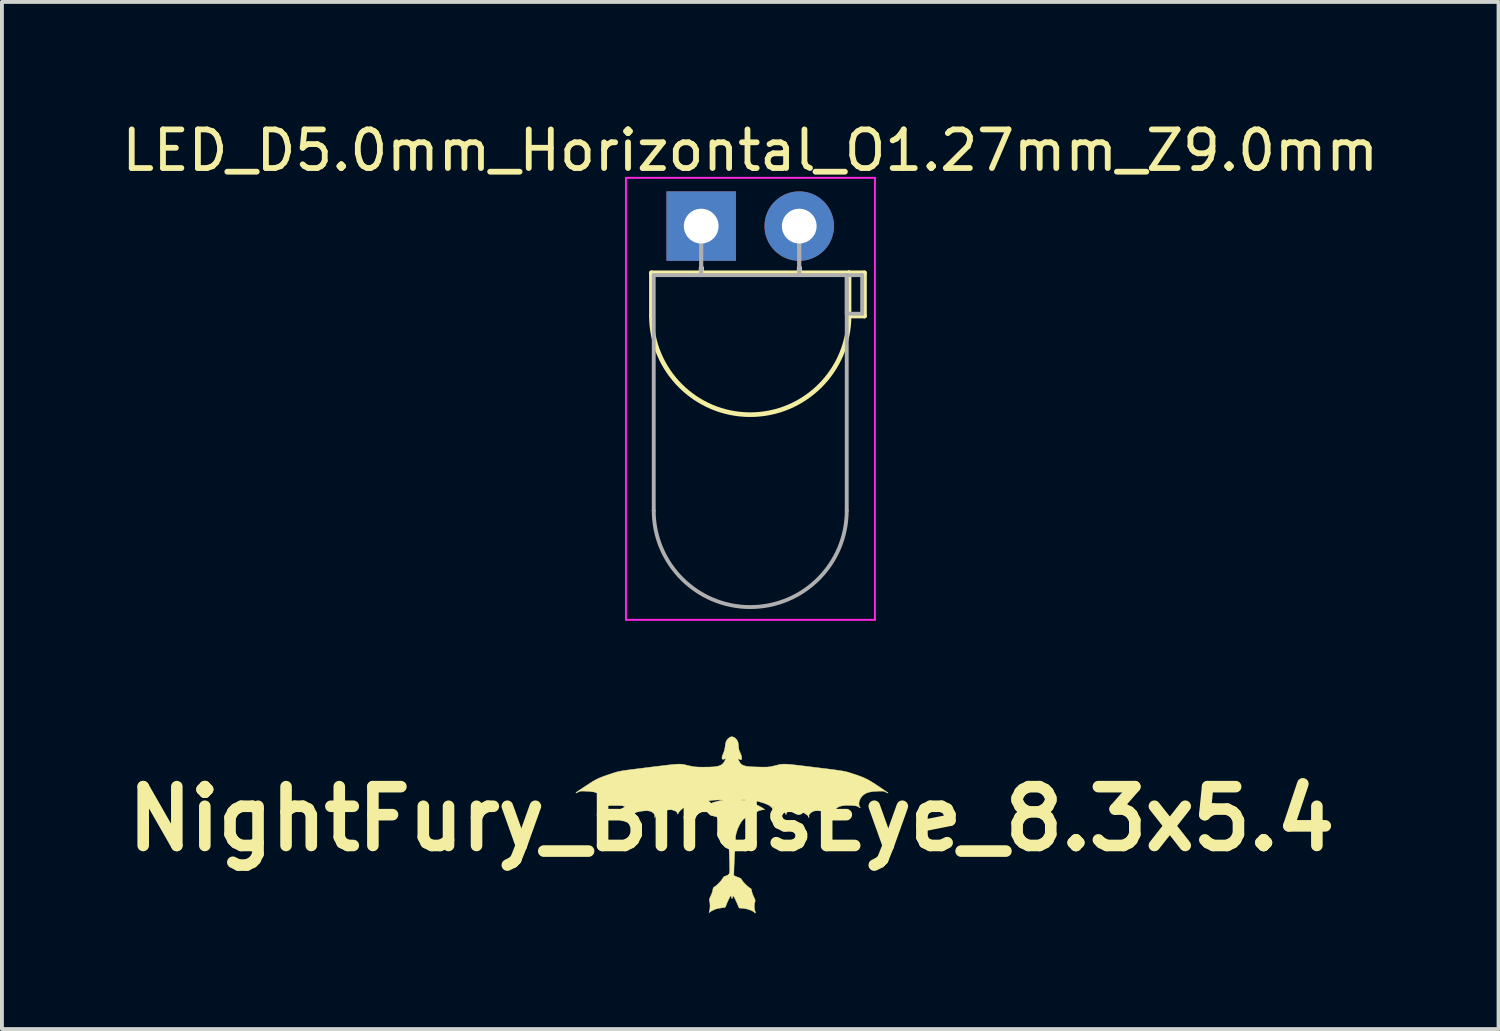
<source format=kicad_pcb>
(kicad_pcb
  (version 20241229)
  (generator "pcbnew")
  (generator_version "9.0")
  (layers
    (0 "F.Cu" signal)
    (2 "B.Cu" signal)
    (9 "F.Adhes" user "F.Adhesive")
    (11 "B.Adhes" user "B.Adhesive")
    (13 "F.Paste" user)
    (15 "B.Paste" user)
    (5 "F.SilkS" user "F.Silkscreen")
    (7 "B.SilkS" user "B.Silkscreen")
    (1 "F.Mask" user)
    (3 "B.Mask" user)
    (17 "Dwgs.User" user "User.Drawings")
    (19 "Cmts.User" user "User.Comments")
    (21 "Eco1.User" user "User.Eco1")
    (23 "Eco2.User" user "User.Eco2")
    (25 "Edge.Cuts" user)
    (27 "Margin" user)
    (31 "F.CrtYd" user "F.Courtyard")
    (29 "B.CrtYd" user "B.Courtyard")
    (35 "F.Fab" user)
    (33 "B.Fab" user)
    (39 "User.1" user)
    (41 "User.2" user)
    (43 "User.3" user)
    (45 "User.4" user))
  (footprint "LED_D5.0mm_Horizontal_O1.27mm_Z9.0mm"
    (layer "F.Cu")
    (at 15.117 2.808)
    (property "Reference" "LED_D5.0mm_Horizontal_O1.27mm_Z9.0mm" (at 1.27 -1.96 0) (layer "F.SilkS") (effects (font (size 1 1) (thickness 0.15))))
    (attr through_hole)
    (fp_line (start -1.29 1.21) (end -1.29 2.32) (stroke (width 0.12) (type solid)) (layer "F.SilkS"))
    (fp_line (start -1.29 1.21) (end 3.83 1.21) (stroke (width 0.12) (type solid)) (layer "F.SilkS"))
    (fp_line (start 0 1.08) (end 0 1.08) (stroke (width 0.12) (type solid)) (layer "F.SilkS"))
    (fp_line (start 0 1.08) (end 0 1.21) (stroke (width 0.12) (type solid)) (layer "F.SilkS"))
    (fp_line (start 0 1.21) (end 0 1.08) (stroke (width 0.12) (type solid)) (layer "F.SilkS"))
    (fp_line (start 0 1.21) (end 0 1.21) (stroke (width 0.12) (type solid)) (layer "F.SilkS"))
    (fp_line (start 2.54 1.08) (end 2.54 1.08) (stroke (width 0.12) (type solid)) (layer "F.SilkS"))
    (fp_line (start 2.54 1.08) (end 2.54 1.21) (stroke (width 0.12) (type solid)) (layer "F.SilkS"))
    (fp_line (start 2.54 1.21) (end 2.54 1.08) (stroke (width 0.12) (type solid)) (layer "F.SilkS"))
    (fp_line (start 2.54 1.21) (end 2.54 1.21) (stroke (width 0.12) (type solid)) (layer "F.SilkS"))
    (fp_line (start 3.83 1.21) (end 4.23 1.21) (stroke (width 0.12) (type solid)) (layer "F.SilkS"))
    (fp_line (start 3.83 2.33) (end 3.83 1.21) (stroke (width 0.12) (type solid)) (layer "F.SilkS"))
    (fp_line (start 4.23 1.21) (end 4.23 2.33) (stroke (width 0.12) (type solid)) (layer "F.SilkS"))
    (fp_line (start 4.23 2.33) (end 3.83 2.33) (stroke (width 0.12) (type solid)) (layer "F.SilkS"))
    (fp_arc (start 3.83 2.325) (mid 1.27 4.885) (end -1.29 2.325) (stroke (width 0.12) (type solid)) (layer "F.SilkS"))
    (fp_line (start -1.95 -1.25) (end -1.95 10.2) (stroke (width 0.05) (type solid)) (layer "F.CrtYd"))
    (fp_line (start -1.95 10.2) (end 4.5 10.2) (stroke (width 0.05) (type solid)) (layer "F.CrtYd"))
    (fp_line (start 4.5 -1.25) (end -1.95 -1.25) (stroke (width 0.05) (type solid)) (layer "F.CrtYd"))
    (fp_line (start 4.5 10.2) (end 4.5 -1.25) (stroke (width 0.05) (type solid)) (layer "F.CrtYd"))
    (fp_line (start -1.23 1.27) (end -1.23 7.37) (stroke (width 0.1) (type solid)) (layer "F.Fab"))
    (fp_line (start -1.23 1.27) (end 3.77 1.27) (stroke (width 0.1) (type solid)) (layer "F.Fab"))
    (fp_line (start 0 0) (end 0 0) (stroke (width 0.1) (type solid)) (layer "F.Fab"))
    (fp_line (start 0 0) (end 0 1.27) (stroke (width 0.1) (type solid)) (layer "F.Fab"))
    (fp_line (start 0 1.27) (end 0 0) (stroke (width 0.1) (type solid)) (layer "F.Fab"))
    (fp_line (start 0 1.27) (end 0 1.27) (stroke (width 0.1) (type solid)) (layer "F.Fab"))
    (fp_line (start 2.54 0) (end 2.54 0) (stroke (width 0.1) (type solid)) (layer "F.Fab"))
    (fp_line (start 2.54 0) (end 2.54 1.27) (stroke (width 0.1) (type solid)) (layer "F.Fab"))
    (fp_line (start 2.54 1.27) (end 2.54 0) (stroke (width 0.1) (type solid)) (layer "F.Fab"))
    (fp_line (start 2.54 1.27) (end 2.54 1.27) (stroke (width 0.1) (type solid)) (layer "F.Fab"))
    (fp_line (start 3.77 1.27) (end 3.77 7.37) (stroke (width 0.1) (type solid)) (layer "F.Fab"))
    (fp_line (start 3.77 1.27) (end 4.17 1.27) (stroke (width 0.1) (type solid)) (layer "F.Fab"))
    (fp_line (start 3.77 2.27) (end 3.77 1.27) (stroke (width 0.1) (type solid)) (layer "F.Fab"))
    (fp_line (start 4.17 1.27) (end 4.17 2.27) (stroke (width 0.1) (type solid)) (layer "F.Fab"))
    (fp_line (start 4.17 2.27) (end 3.77 2.27) (stroke (width 0.1) (type solid)) (layer "F.Fab"))
    (fp_arc (start 3.77 7.37) (mid 1.27 9.87) (end -1.23 7.37) (stroke (width 0.1) (type solid)) (layer "F.Fab"))
    (pad "1" thru_hole rect (at 0 0) (size 1.8 1.8) (drill 0.9) (layers "*.Cu" "*.Mask"))
    (pad "2" thru_hole circle (at 2.54 0) (size 1.8 1.8) (drill 0.9) (layers "*.Cu" "*.Mask")))
  (footprint "NightFury_BirdsEye_8.3x5.4"
    (layer "F.Cu")
    (at 15.9 18.165)
    (property "Reference" "NightFury_BirdsEye_8.3x5.4" (at 0 0 0) (layer "F.SilkS") (effects (font (size 1.524 1.524) (thickness 0.3))))
    (attr through_hole)
    (fp_poly (pts (xy 0.083 -2.103) (xy 0.095 -2.094) (xy 0.143 -2.044) (xy 0.172 -1.98) (xy 0.184 -1.899) (xy 0.184 -1.881) (xy 0.19 -1.816) (xy 0.208 -1.754) (xy 0.226 -1.715) (xy 0.251 -1.656) (xy 0.265 -1.603) (xy 0.268 -1.56) (xy 0.259 -1.535) (xy 0.257 -1.533) (xy 0.237 -1.533) (xy 0.207 -1.545) (xy 0.181 -1.557) (xy 0.172 -1.556) (xy 0.177 -1.537) (xy 0.196 -1.499) (xy 0.221 -1.456) (xy 0.249 -1.422) (xy 0.284 -1.396) (xy 0.33 -1.377) (xy 0.39 -1.363) (xy 0.468 -1.354) (xy 0.566 -1.348) (xy 0.684 -1.344) (xy 0.783 -1.342) (xy 0.858 -1.342) (xy 0.917 -1.342) (xy 0.965 -1.346) (xy 1.007 -1.351) (xy 1.05 -1.359) (xy 1.099 -1.371) (xy 1.108 -1.373) (xy 1.155 -1.385) (xy 1.195 -1.396) (xy 1.232 -1.404) (xy 1.267 -1.411) (xy 1.302 -1.415) (xy 1.34 -1.418) (xy 1.385 -1.418) (xy 1.436 -1.416) (xy 1.499 -1.412) (xy 1.574 -1.405) (xy 1.664 -1.395) (xy 1.771 -1.382) (xy 1.899 -1.367) (xy 2.049 -1.348) (xy 2.224 -1.327) (xy 2.293 -1.318) (xy 2.445 -1.3) (xy 2.572 -1.284) (xy 2.677 -1.27) (xy 2.763 -1.258) (xy 2.834 -1.247) (xy 2.893 -1.238) (xy 2.942 -1.228) (xy 2.985 -1.218) (xy 3.026 -1.207) (xy 3.066 -1.195) (xy 3.104 -1.182) (xy 3.222 -1.144) (xy 3.318 -1.11) (xy 3.399 -1.079) (xy 3.471 -1.047) (xy 3.541 -1.012) (xy 3.613 -0.97) (xy 3.694 -0.92) (xy 3.79 -0.857) (xy 3.794 -0.854) (xy 3.871 -0.803) (xy 3.939 -0.757) (xy 3.995 -0.718) (xy 4.035 -0.689) (xy 4.056 -0.672) (xy 4.059 -0.668) (xy 4.044 -0.67) (xy 4.014 -0.684) (xy 4 -0.692) (xy 3.977 -0.705) (xy 3.953 -0.713) (xy 3.923 -0.718) (xy 3.881 -0.719) (xy 3.82 -0.718) (xy 3.777 -0.716) (xy 3.663 -0.708) (xy 3.571 -0.692) (xy 3.497 -0.668) (xy 3.435 -0.632) (xy 3.39 -0.593) (xy 3.345 -0.534) (xy 3.315 -0.469) (xy 3.302 -0.403) (xy 3.309 -0.344) (xy 3.324 -0.314) (xy 3.338 -0.289) (xy 3.332 -0.284) (xy 3.307 -0.299) (xy 3.291 -0.311) (xy 3.267 -0.324) (xy 3.234 -0.334) (xy 3.186 -0.341) (xy 3.118 -0.347) (xy 3.097 -0.348) (xy 2.972 -0.35) (xy 2.871 -0.34) (xy 2.79 -0.317) (xy 2.727 -0.28) (xy 2.679 -0.228) (xy 2.666 -0.206) (xy 2.647 -0.171) (xy 2.643 -0.148) (xy 2.651 -0.125) (xy 2.659 -0.111) (xy 2.671 -0.082) (xy 2.667 -0.071) (xy 2.65 -0.081) (xy 2.632 -0.104) (xy 2.604 -0.127) (xy 2.553 -0.15) (xy 2.487 -0.171) (xy 2.411 -0.189) (xy 2.332 -0.202) (xy 2.256 -0.21) (xy 2.189 -0.21) (xy 2.153 -0.206) (xy 2.11 -0.19) (xy 2.065 -0.163) (xy 2.052 -0.152) (xy 2.02 -0.121) (xy 2.008 -0.096) (xy 2.009 -0.067) (xy 2.012 -0.04) (xy 2.004 -0.035) (xy 1.991 -0.056) (xy 1.99 -0.064) (xy 1.978 -0.085) (xy 1.945 -0.112) (xy 1.898 -0.143) (xy 1.841 -0.174) (xy 1.782 -0.2) (xy 1.75 -0.212) (xy 1.675 -0.23) (xy 1.602 -0.233) (xy 1.536 -0.225) (xy 1.481 -0.206) (xy 1.443 -0.177) (xy 1.428 -0.144) (xy 1.418 -0.118) (xy 1.405 -0.115) (xy 1.397 -0.134) (xy 1.397 -0.141) (xy 1.387 -0.17) (xy 1.36 -0.209) (xy 1.325 -0.248) (xy 1.287 -0.279) (xy 1.271 -0.289) (xy 1.228 -0.305) (xy 1.175 -0.312) (xy 1.118 -0.312) (xy 1.086 -0.307) (xy 1.073 -0.292) (xy 1.072 -0.279) (xy 1.07 -0.259) (xy 1.064 -0.262) (xy 1.05 -0.286) (xy 1.015 -0.324) (xy 0.953 -0.362) (xy 0.862 -0.4) (xy 0.776 -0.428) (xy 0.665 -0.459) (xy 0.568 -0.478) (xy 0.475 -0.489) (xy 0.374 -0.492) (xy 0.347 -0.492) (xy 0.284 -0.491) (xy 0.247 -0.49) (xy 0.235 -0.488) (xy 0.244 -0.485) (xy 0.274 -0.48) (xy 0.286 -0.479) (xy 0.358 -0.464) (xy 0.446 -0.439) (xy 0.539 -0.408) (xy 0.627 -0.374) (xy 0.701 -0.34) (xy 0.702 -0.34) (xy 0.752 -0.313) (xy 0.798 -0.286) (xy 0.835 -0.262) (xy 0.858 -0.246) (xy 0.861 -0.239) (xy 0.844 -0.237) (xy 0.809 -0.234) (xy 0.793 -0.232) (xy 0.712 -0.213) (xy 0.647 -0.173) (xy 0.611 -0.134) (xy 0.582 -0.104) (xy 0.556 -0.086) (xy 0.548 -0.085) (xy 0.498 -0.077) (xy 0.437 -0.058) (xy 0.375 -0.032) (xy 0.324 -0.002) (xy 0.302 0.017) (xy 0.249 0.086) (xy 0.2 0.174) (xy 0.156 0.273) (xy 0.124 0.375) (xy 0.114 0.418) (xy 0.11 0.45) (xy 0.105 0.506) (xy 0.099 0.583) (xy 0.094 0.677) (xy 0.088 0.783) (xy 0.082 0.899) (xy 0.077 1.019) (xy 0.072 1.142) (xy 0.067 1.262) (xy 0.065 1.347) (xy 0.061 1.467) (xy 0.119 1.493) (xy 0.164 1.512) (xy 0.204 1.526) (xy 0.213 1.529) (xy 0.25 1.551) (xy 0.268 1.58) (xy 0.287 1.61) (xy 0.321 1.65) (xy 0.364 1.695) (xy 0.41 1.738) (xy 0.452 1.774) (xy 0.485 1.796) (xy 0.491 1.798) (xy 0.512 1.815) (xy 0.523 1.851) (xy 0.525 1.868) (xy 0.535 1.912) (xy 0.555 1.968) (xy 0.579 2.023) (xy 0.603 2.074) (xy 0.614 2.108) (xy 0.615 2.132) (xy 0.609 2.153) (xy 0.597 2.199) (xy 0.593 2.261) (xy 0.597 2.325) (xy 0.609 2.381) (xy 0.613 2.392) (xy 0.624 2.427) (xy 0.62 2.441) (xy 0.604 2.433) (xy 0.594 2.422) (xy 0.561 2.396) (xy 0.507 2.37) (xy 0.441 2.346) (xy 0.371 2.328) (xy 0.304 2.318) (xy 0.304 2.318) (xy 0.2 2.31) (xy 0.131 2.154) (xy 0.104 2.093) (xy 0.079 2.043) (xy 0.06 2.01) (xy 0.049 1.997) (xy 0.049 1.997) (xy 0.038 2.009) (xy 0.031 2.036) (xy 0.023 2.062) (xy 0.011 2.064) (xy 0.002 2.044) (xy 0 2.024) (xy -0.005 1.998) (xy -0.014 1.99) (xy -0.026 2.002) (xy -0.046 2.034) (xy -0.069 2.08) (xy -0.095 2.134) (xy -0.118 2.189) (xy -0.138 2.24) (xy -0.14 2.247) (xy -0.15 2.273) (xy -0.162 2.288) (xy -0.185 2.297) (xy -0.224 2.303) (xy -0.255 2.306) (xy -0.351 2.321) (xy -0.431 2.345) (xy -0.506 2.382) (xy -0.523 2.392) (xy -0.583 2.43) (xy -0.572 2.397) (xy -0.559 2.33) (xy -0.554 2.254) (xy -0.558 2.184) (xy -0.564 2.153) (xy -0.572 2.119) (xy -0.573 2.091) (xy -0.565 2.061) (xy -0.546 2.018) (xy -0.536 1.998) (xy -0.512 1.942) (xy -0.493 1.886) (xy -0.484 1.844) (xy -0.475 1.8) (xy -0.456 1.772) (xy -0.435 1.757) (xy -0.393 1.727) (xy -0.345 1.684) (xy -0.297 1.635) (xy -0.257 1.587) (xy -0.23 1.548) (xy -0.227 1.54) (xy -0.199 1.501) (xy -0.171 1.487) (xy -0.106 1.464) (xy -0.066 1.432) (xy -0.049 1.394) (xy -0.047 1.369) (xy -0.046 1.32) (xy -0.047 1.25) (xy -0.048 1.163) (xy -0.051 1.064) (xy -0.054 0.956) (xy -0.056 0.911) (xy -0.061 0.785) (xy -0.065 0.684) (xy -0.07 0.604) (xy -0.074 0.54) (xy -0.079 0.489) (xy -0.085 0.447) (xy -0.093 0.411) (xy -0.102 0.376) (xy -0.108 0.353) (xy -0.151 0.231) (xy -0.2 0.126) (xy -0.253 0.042) (xy -0.269 0.022) (xy -0.311 -0.015) (xy -0.366 -0.043) (xy -0.405 -0.056) (xy -0.456 -0.071) (xy -0.498 -0.081) (xy -0.522 -0.085) (xy -0.545 -0.095) (xy -0.574 -0.122) (xy -0.585 -0.134) (xy -0.642 -0.19) (xy -0.712 -0.222) (xy -0.77 -0.23) (xy -0.807 -0.234) (xy -0.83 -0.24) (xy -0.832 -0.243) (xy -0.821 -0.255) (xy -0.789 -0.276) (xy -0.742 -0.303) (xy -0.687 -0.332) (xy -0.628 -0.361) (xy -0.572 -0.387) (xy -0.552 -0.395) (xy -0.474 -0.423) (xy -0.385 -0.449) (xy -0.296 -0.471) (xy -0.22 -0.484) (xy -0.219 -0.484) (xy -0.214 -0.487) (xy -0.234 -0.489) (xy -0.274 -0.491) (xy -0.319 -0.492) (xy -0.5 -0.482) (xy -0.68 -0.449) (xy -0.852 -0.394) (xy -0.956 -0.348) (xy -1.002 -0.321) (xy -1.025 -0.298) (xy -1.031 -0.278) (xy -1.032 -0.256) (xy -1.037 -0.261) (xy -1.044 -0.277) (xy -1.069 -0.303) (xy -1.112 -0.316) (xy -1.168 -0.314) (xy -1.191 -0.309) (xy -1.251 -0.281) (xy -1.309 -0.234) (xy -1.357 -0.177) (xy -1.369 -0.157) (xy -1.386 -0.127) (xy -1.394 -0.121) (xy -1.396 -0.136) (xy -1.396 -0.138) (xy -1.41 -0.17) (xy -1.446 -0.199) (xy -1.499 -0.222) (xy -1.55 -0.234) (xy -1.617 -0.235) (xy -1.695 -0.22) (xy -1.776 -0.193) (xy -1.853 -0.157) (xy -1.917 -0.115) (xy -1.961 -0.07) (xy -1.964 -0.065) (xy -1.982 -0.038) (xy -1.988 -0.033) (xy -1.986 -0.05) (xy -1.984 -0.059) (xy -1.988 -0.101) (xy -2.014 -0.143) (xy -2.058 -0.178) (xy -2.107 -0.199) (xy -2.168 -0.208) (xy -2.243 -0.208) (xy -2.325 -0.2) (xy -2.408 -0.185) (xy -2.485 -0.165) (xy -2.55 -0.14) (xy -2.595 -0.113) (xy -2.606 -0.102) (xy -2.63 -0.08) (xy -2.646 -0.074) (xy -2.647 -0.075) (xy -2.647 -0.091) (xy -2.633 -0.112) (xy -2.619 -0.146) (xy -2.627 -0.189) (xy -2.656 -0.234) (xy -2.702 -0.279) (xy -2.757 -0.315) (xy -2.783 -0.327) (xy -2.81 -0.336) (xy -2.844 -0.341) (xy -2.89 -0.344) (xy -2.954 -0.345) (xy -3.016 -0.345) (xy -3.096 -0.345) (xy -3.153 -0.343) (xy -3.192 -0.34) (xy -3.22 -0.334) (xy -3.241 -0.325) (xy -3.26 -0.312) (xy -3.26 -0.312) (xy -3.293 -0.292) (xy -3.312 -0.289) (xy -3.313 -0.301) (xy -3.297 -0.322) (xy -3.276 -0.365) (xy -3.275 -0.42) (xy -3.293 -0.482) (xy -3.328 -0.544) (xy -3.371 -0.593) (xy -3.423 -0.637) (xy -3.481 -0.67) (xy -3.55 -0.693) (xy -3.635 -0.707) (xy -3.741 -0.715) (xy -3.757 -0.716) (xy -3.829 -0.719) (xy -3.879 -0.719) (xy -3.915 -0.716) (xy -3.941 -0.709) (xy -3.965 -0.697) (xy -3.974 -0.693) (xy -4.01 -0.674) (xy -4.029 -0.668) (xy -4.029 -0.676) (xy -4.011 -0.694) (xy -3.992 -0.707) (xy -3.953 -0.734) (xy -3.899 -0.77) (xy -3.833 -0.814) (xy -3.759 -0.863) (xy -3.743 -0.873) (xy -3.656 -0.93) (xy -3.582 -0.976) (xy -3.515 -1.014) (xy -3.449 -1.046) (xy -3.379 -1.076) (xy -3.3 -1.107) (xy -3.204 -1.14) (xy -3.097 -1.175) (xy -3.05 -1.191) (xy -3.007 -1.204) (xy -2.965 -1.216) (xy -2.923 -1.226) (xy -2.875 -1.236) (xy -2.82 -1.246) (xy -2.753 -1.256) (xy -2.672 -1.267) (xy -2.574 -1.28) (xy -2.454 -1.295) (xy -2.311 -1.313) (xy -2.272 -1.318) (xy -2.088 -1.341) (xy -1.931 -1.36) (xy -1.796 -1.376) (xy -1.683 -1.39) (xy -1.588 -1.401) (xy -1.509 -1.409) (xy -1.444 -1.414) (xy -1.39 -1.418) (xy -1.346 -1.419) (xy -1.308 -1.417) (xy -1.274 -1.414) (xy -1.243 -1.41) (xy -1.211 -1.403) (xy -1.176 -1.395) (xy -1.136 -1.385) (xy -1.131 -1.384) (xy -1.055 -1.367) (xy -0.992 -1.355) (xy -0.935 -1.347) (xy -0.873 -1.343) (xy -0.8 -1.341) (xy -0.715 -1.341) (xy -0.583 -1.342) (xy -0.476 -1.347) (xy -0.39 -1.357) (xy -0.323 -1.372) (xy -0.271 -1.394) (xy -0.23 -1.423) (xy -0.198 -1.461) (xy -0.179 -1.492) (xy -0.139 -1.567) (xy -0.175 -1.551) (xy -0.215 -1.54) (xy -0.239 -1.55) (xy -0.247 -1.581) (xy -0.237 -1.631) (xy -0.21 -1.697) (xy -0.205 -1.707) (xy -0.184 -1.767) (xy -0.168 -1.841) (xy -0.164 -1.874) (xy -0.153 -1.954) (xy -0.135 -2.012) (xy -0.106 -2.059) (xy -0.07 -2.094) (xy -0.02 -2.124) (xy 0.03 -2.127) (xy 0.083 -2.103)) (stroke (width 0.01) (type solid)) (fill yes) (layer "F.SilkS")))
  (gr_rect
    (start -3 -3)
    (end 35.774 23.611)
    (stroke (width 0.1) (type default))
    (fill no)
    (layer "Edge.Cuts")))
</source>
